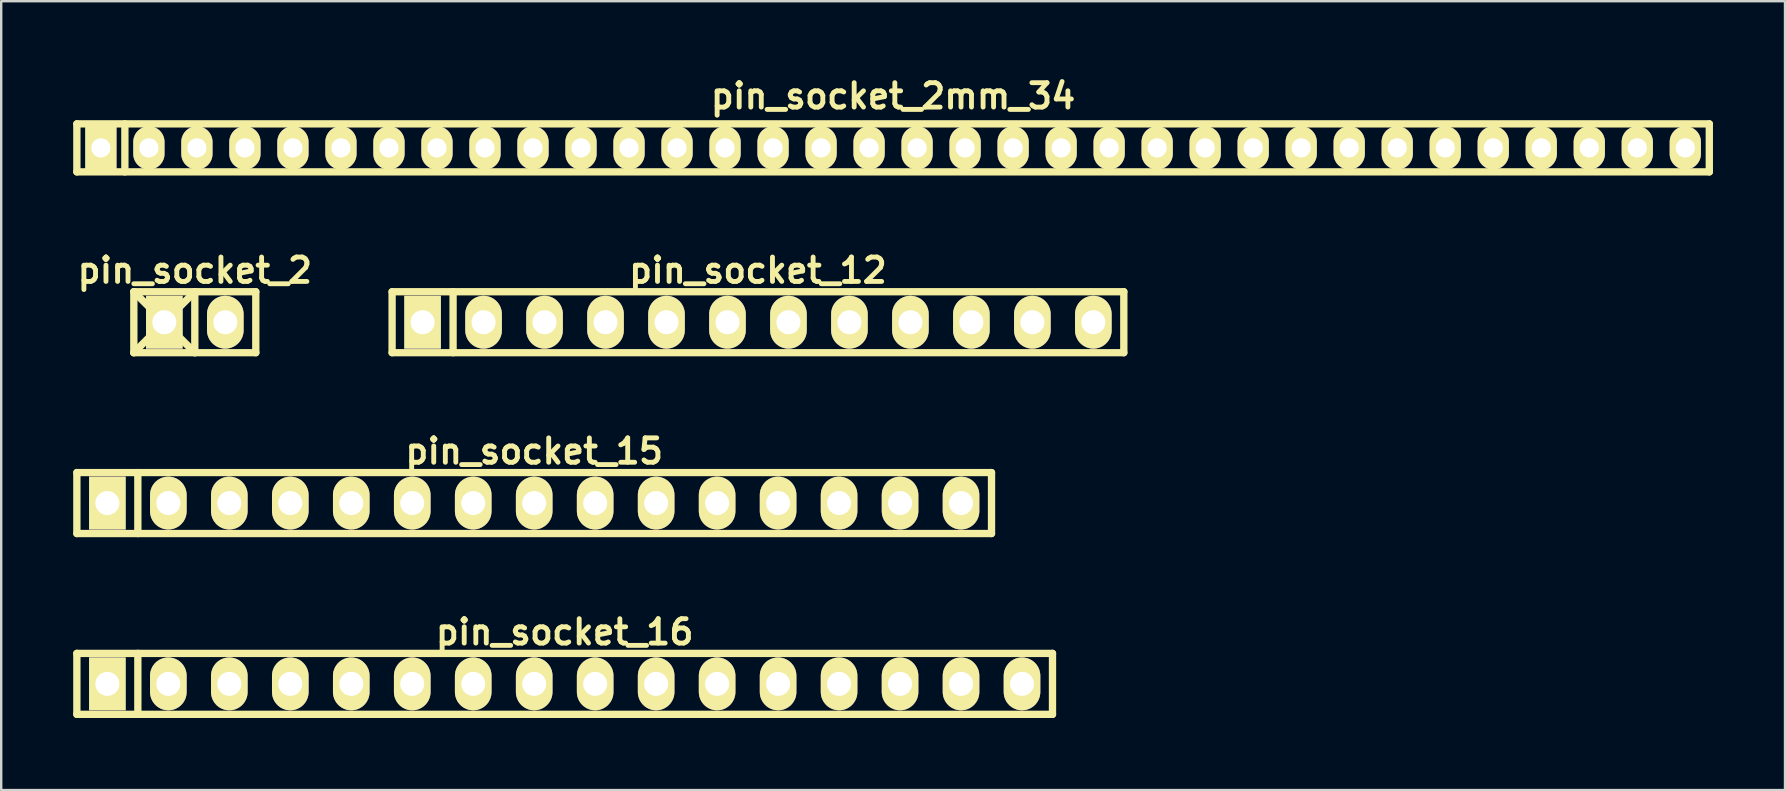
<source format=kicad_pcb>
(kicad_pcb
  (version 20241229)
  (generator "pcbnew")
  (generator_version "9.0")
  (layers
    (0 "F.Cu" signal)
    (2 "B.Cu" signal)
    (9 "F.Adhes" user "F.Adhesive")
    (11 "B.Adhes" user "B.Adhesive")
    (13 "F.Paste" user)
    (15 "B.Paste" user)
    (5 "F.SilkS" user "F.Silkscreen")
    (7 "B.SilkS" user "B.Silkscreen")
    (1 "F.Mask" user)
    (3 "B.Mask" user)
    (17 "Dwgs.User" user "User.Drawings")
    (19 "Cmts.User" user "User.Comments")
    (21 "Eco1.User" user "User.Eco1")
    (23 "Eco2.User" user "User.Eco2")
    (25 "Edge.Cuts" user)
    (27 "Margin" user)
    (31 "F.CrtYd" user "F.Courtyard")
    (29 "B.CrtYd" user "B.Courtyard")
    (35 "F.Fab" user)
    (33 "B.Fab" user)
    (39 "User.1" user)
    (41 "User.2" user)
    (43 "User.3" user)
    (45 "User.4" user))
  (footprint "pin_socket_16"
    (layer "F.Cu")
    (at 20.472 25.437)
    (property "Reference" "pin_socket_16" (at 0 -2.159 0) (layer "F.SilkS") (effects (font (size 1.016 1.016) (thickness 0.203))))
    (attr through_hole)
    (fp_line (start -20.32 -1.27) (end 20.32 -1.27) (stroke (width 0.305) (type solid)) (layer "F.SilkS"))
    (fp_line (start -20.32 1.27) (end -20.32 -1.27) (stroke (width 0.305) (type solid)) (layer "F.SilkS"))
    (fp_line (start -17.78 -1.27) (end -17.78 1.27) (stroke (width 0.305) (type solid)) (layer "F.SilkS"))
    (fp_line (start 20.32 -1.27) (end 20.32 1.27) (stroke (width 0.305) (type solid)) (layer "F.SilkS"))
    (fp_line (start 20.32 1.27) (end -20.32 1.27) (stroke (width 0.305) (type solid)) (layer "F.SilkS"))
    (pad "1" thru_hole rect (at -19.05 0) (size 1.524 2.2) (drill 1.001) (layers "*.Cu" "*.Mask" "F.SilkS"))
    (pad "2" thru_hole oval (at -16.51 0) (size 1.524 2.2) (drill 1.001) (layers "*.Cu" "*.Mask" "F.SilkS"))
    (pad "3" thru_hole oval (at -13.97 0) (size 1.524 2.2) (drill 1.001) (layers "*.Cu" "*.Mask" "F.SilkS"))
    (pad "4" thru_hole oval (at -11.43 0) (size 1.524 2.2) (drill 1.001) (layers "*.Cu" "*.Mask" "F.SilkS"))
    (pad "5" thru_hole oval (at -8.89 0) (size 1.524 2.2) (drill 1.001) (layers "*.Cu" "*.Mask" "F.SilkS"))
    (pad "6" thru_hole oval (at -6.35 0) (size 1.524 2.2) (drill 1.001) (layers "*.Cu" "*.Mask" "F.SilkS"))
    (pad "7" thru_hole oval (at -3.81 0) (size 1.524 2.2) (drill 1.001) (layers "*.Cu" "*.Mask" "F.SilkS"))
    (pad "8" thru_hole oval (at -1.27 0) (size 1.524 2.2) (drill 1.001) (layers "*.Cu" "*.Mask" "F.SilkS"))
    (pad "9" thru_hole oval (at 1.27 0) (size 1.524 2.2) (drill 1.001) (layers "*.Cu" "*.Mask" "F.SilkS"))
    (pad "10" thru_hole oval (at 3.81 0) (size 1.524 2.2) (drill 1.001) (layers "*.Cu" "*.Mask" "F.SilkS"))
    (pad "11" thru_hole oval (at 6.35 0) (size 1.524 2.2) (drill 1.001) (layers "*.Cu" "*.Mask" "F.SilkS"))
    (pad "12" thru_hole oval (at 8.89 0) (size 1.524 2.2) (drill 1.001) (layers "*.Cu" "*.Mask" "F.SilkS"))
    (pad "13" thru_hole oval (at 11.43 0) (size 1.524 2.2) (drill 1.001) (layers "*.Cu" "*.Mask" "F.SilkS"))
    (pad "14" thru_hole oval (at 13.97 0) (size 1.524 2.2) (drill 1.001) (layers "*.Cu" "*.Mask" "F.SilkS"))
    (pad "15" thru_hole oval (at 16.51 0) (size 1.524 2.2) (drill 1.001) (layers "*.Cu" "*.Mask" "F.SilkS"))
    (pad "16" thru_hole oval (at 19.05 0) (size 1.524 2.2) (drill 1.001) (layers "*.Cu" "*.Mask" "F.SilkS")))
  (footprint "pin_socket_2"
    (layer "F.Cu")
    (at 5.065 10.372)
    (property "Reference" "pin_socket_2" (at 0 -2.159 0) (layer "F.SilkS") (effects (font (size 1.016 1.016) (thickness 0.203))))
    (attr through_hole)
    (fp_line (start -2.54 -1.27) (end 2.54 -1.27) (stroke (width 0.305) (type solid)) (layer "F.SilkS"))
    (fp_line (start -2.54 1.27) (end -2.54 -1.27) (stroke (width 0.305) (type solid)) (layer "F.SilkS"))
    (fp_line (start -2.54 1.27) (end 0 -1.27) (stroke (width 0.305) (type solid)) (layer "F.SilkS"))
    (fp_line (start 0 -1.27) (end 0 1.27) (stroke (width 0.305) (type solid)) (layer "F.SilkS"))
    (fp_line (start 0 1.27) (end -2.54 -1.27) (stroke (width 0.305) (type solid)) (layer "F.SilkS"))
    (fp_line (start 2.54 -1.27) (end 2.54 1.27) (stroke (width 0.305) (type solid)) (layer "F.SilkS"))
    (fp_line (start 2.54 1.27) (end -2.54 1.27) (stroke (width 0.305) (type solid)) (layer "F.SilkS"))
    (pad "1" thru_hole rect (at -1.27 0) (size 1.524 2.2) (drill 1.001) (layers "*.Cu" "*.Mask" "F.SilkS"))
    (pad "2" thru_hole oval (at 1.27 0) (size 1.524 2.2) (drill 1.001) (layers "*.Cu" "*.Mask" "F.SilkS")))
  (footprint "pin_socket_15"
    (layer "F.Cu")
    (at 19.202 17.905)
    (property "Reference" "pin_socket_15" (at 0 -2.159 0) (layer "F.SilkS") (effects (font (size 1.016 1.016) (thickness 0.203))))
    (attr through_hole)
    (fp_line (start -19.05 -1.27) (end 19.05 -1.27) (stroke (width 0.305) (type solid)) (layer "F.SilkS"))
    (fp_line (start -19.05 1.27) (end -19.05 -1.27) (stroke (width 0.305) (type solid)) (layer "F.SilkS"))
    (fp_line (start -16.51 -1.27) (end -16.51 1.27) (stroke (width 0.305) (type solid)) (layer "F.SilkS"))
    (fp_line (start 19.05 -1.27) (end 19.05 1.27) (stroke (width 0.305) (type solid)) (layer "F.SilkS"))
    (fp_line (start 19.05 1.27) (end -19.05 1.27) (stroke (width 0.305) (type solid)) (layer "F.SilkS"))
    (pad "1" thru_hole rect (at -17.78 0) (size 1.524 2.2) (drill 1.001) (layers "*.Cu" "*.Mask" "F.SilkS"))
    (pad "2" thru_hole oval (at -15.24 0) (size 1.524 2.2) (drill 1.001) (layers "*.Cu" "*.Mask" "F.SilkS"))
    (pad "3" thru_hole oval (at -12.7 0) (size 1.524 2.2) (drill 1.001) (layers "*.Cu" "*.Mask" "F.SilkS"))
    (pad "4" thru_hole oval (at -10.16 0) (size 1.524 2.2) (drill 1.001) (layers "*.Cu" "*.Mask" "F.SilkS"))
    (pad "5" thru_hole oval (at -7.62 0) (size 1.524 2.2) (drill 1.001) (layers "*.Cu" "*.Mask" "F.SilkS"))
    (pad "6" thru_hole oval (at -5.08 0) (size 1.524 2.2) (drill 1.001) (layers "*.Cu" "*.Mask" "F.SilkS"))
    (pad "7" thru_hole oval (at -2.54 0) (size 1.524 2.2) (drill 1.001) (layers "*.Cu" "*.Mask" "F.SilkS"))
    (pad "8" thru_hole oval (at 0 0) (size 1.524 2.2) (drill 1.001) (layers "*.Cu" "*.Mask" "F.SilkS"))
    (pad "9" thru_hole oval (at 2.54 0) (size 1.524 2.2) (drill 1.001) (layers "*.Cu" "*.Mask" "F.SilkS"))
    (pad "10" thru_hole oval (at 5.08 0) (size 1.524 2.2) (drill 1.001) (layers "*.Cu" "*.Mask" "F.SilkS"))
    (pad "11" thru_hole oval (at 7.62 0) (size 1.524 2.2) (drill 1.001) (layers "*.Cu" "*.Mask" "F.SilkS"))
    (pad "12" thru_hole oval (at 10.16 0) (size 1.524 2.2) (drill 1.001) (layers "*.Cu" "*.Mask" "F.SilkS"))
    (pad "13" thru_hole oval (at 12.7 0) (size 1.524 2.2) (drill 1.001) (layers "*.Cu" "*.Mask" "F.SilkS"))
    (pad "14" thru_hole oval (at 15.24 0) (size 1.524 2.2) (drill 1.001) (layers "*.Cu" "*.Mask" "F.SilkS"))
    (pad "15" thru_hole oval (at 17.78 0) (size 1.524 2.2) (drill 1.001) (layers "*.Cu" "*.Mask" "F.SilkS")))
  (footprint "pin_socket_12"
    (layer "F.Cu")
    (at 28.523 10.372)
    (property "Reference" "pin_socket_12" (at 0 -2.159 0) (layer "F.SilkS") (effects (font (size 1.016 1.016) (thickness 0.203))))
    (attr through_hole)
    (fp_line (start -15.24 -1.27) (end 15.24 -1.27) (stroke (width 0.305) (type solid)) (layer "F.SilkS"))
    (fp_line (start -15.24 1.27) (end -15.24 -1.27) (stroke (width 0.305) (type solid)) (layer "F.SilkS"))
    (fp_line (start -12.7 -1.27) (end -12.7 1.27) (stroke (width 0.305) (type solid)) (layer "F.SilkS"))
    (fp_line (start 15.24 -1.27) (end 15.24 1.27) (stroke (width 0.305) (type solid)) (layer "F.SilkS"))
    (fp_line (start 15.24 1.27) (end -15.24 1.27) (stroke (width 0.305) (type solid)) (layer "F.SilkS"))
    (pad "1" thru_hole rect (at -13.97 0) (size 1.524 2.2) (drill 1.001) (layers "*.Cu" "*.Mask" "F.SilkS"))
    (pad "2" thru_hole oval (at -11.43 0) (size 1.524 2.2) (drill 1.001) (layers "*.Cu" "*.Mask" "F.SilkS"))
    (pad "3" thru_hole oval (at -8.89 0) (size 1.524 2.2) (drill 1.001) (layers "*.Cu" "*.Mask" "F.SilkS"))
    (pad "4" thru_hole oval (at -6.35 0) (size 1.524 2.2) (drill 1.001) (layers "*.Cu" "*.Mask" "F.SilkS"))
    (pad "5" thru_hole oval (at -3.81 0) (size 1.524 2.2) (drill 1.001) (layers "*.Cu" "*.Mask" "F.SilkS"))
    (pad "6" thru_hole oval (at -1.27 0) (size 1.524 2.2) (drill 1.001) (layers "*.Cu" "*.Mask" "F.SilkS"))
    (pad "7" thru_hole oval (at 1.27 0) (size 1.524 2.2) (drill 1.001) (layers "*.Cu" "*.Mask" "F.SilkS"))
    (pad "8" thru_hole oval (at 3.81 0) (size 1.524 2.2) (drill 1.001) (layers "*.Cu" "*.Mask" "F.SilkS"))
    (pad "9" thru_hole oval (at 6.35 0) (size 1.524 2.2) (drill 1.001) (layers "*.Cu" "*.Mask" "F.SilkS"))
    (pad "10" thru_hole oval (at 8.89 0) (size 1.524 2.2) (drill 1.001) (layers "*.Cu" "*.Mask" "F.SilkS"))
    (pad "11" thru_hole oval (at 11.43 0) (size 1.524 2.2) (drill 1.001) (layers "*.Cu" "*.Mask" "F.SilkS"))
    (pad "12" thru_hole oval (at 13.97 0) (size 1.524 2.2) (drill 1.001) (layers "*.Cu" "*.Mask" "F.SilkS")))
  (footprint "pin_socket_2mm_34"
    (layer "F.Cu")
    (at 34.152 3.11)
    (property "Reference" "pin_socket_2mm_34" (at 0 -2.159 0) (layer "F.SilkS") (effects (font (size 1.016 1.016) (thickness 0.203))))
    (attr through_hole)
    (fp_line (start -34 -1) (end 34 -1) (stroke (width 0.305) (type solid)) (layer "F.SilkS"))
    (fp_line (start -34 1) (end -34 -1) (stroke (width 0.305) (type solid)) (layer "F.SilkS"))
    (fp_line (start -32 -1) (end -32 1) (stroke (width 0.305) (type solid)) (layer "F.SilkS"))
    (fp_line (start 34 -1) (end 34 1) (stroke (width 0.305) (type solid)) (layer "F.SilkS"))
    (fp_line (start 34 1) (end -34 1) (stroke (width 0.305) (type solid)) (layer "F.SilkS"))
    (pad "1" thru_hole rect (at -33 0) (size 1.3 1.8) (drill 0.8) (layers "*.Cu" "*.Mask" "F.SilkS"))
    (pad "2" thru_hole oval (at -31 0) (size 1.3 1.8) (drill 0.8) (layers "*.Cu" "*.Mask" "F.SilkS"))
    (pad "3" thru_hole oval (at -29 0) (size 1.3 1.8) (drill 0.8) (layers "*.Cu" "*.Mask" "F.SilkS"))
    (pad "4" thru_hole oval (at -27 0) (size 1.3 1.8) (drill 0.8) (layers "*.Cu" "*.Mask" "F.SilkS"))
    (pad "5" thru_hole oval (at -25 0) (size 1.3 1.8) (drill 0.8) (layers "*.Cu" "*.Mask" "F.SilkS"))
    (pad "6" thru_hole oval (at -23 0) (size 1.3 1.8) (drill 0.8) (layers "*.Cu" "*.Mask" "F.SilkS"))
    (pad "7" thru_hole oval (at -21 0) (size 1.3 1.8) (drill 0.8) (layers "*.Cu" "*.Mask" "F.SilkS"))
    (pad "8" thru_hole oval (at -19 0) (size 1.3 1.8) (drill 0.8) (layers "*.Cu" "*.Mask" "F.SilkS"))
    (pad "9" thru_hole oval (at -17 0) (size 1.3 1.8) (drill 0.8) (layers "*.Cu" "*.Mask" "F.SilkS"))
    (pad "10" thru_hole oval (at -15 0) (size 1.3 1.8) (drill 0.8) (layers "*.Cu" "*.Mask" "F.SilkS"))
    (pad "11" thru_hole oval (at -13 0) (size 1.3 1.8) (drill 0.8) (layers "*.Cu" "*.Mask" "F.SilkS"))
    (pad "12" thru_hole oval (at -11 0) (size 1.3 1.8) (drill 0.8) (layers "*.Cu" "*.Mask" "F.SilkS"))
    (pad "13" thru_hole oval (at -9 0) (size 1.3 1.8) (drill 0.8) (layers "*.Cu" "*.Mask" "F.SilkS"))
    (pad "14" thru_hole oval (at -7 0) (size 1.3 1.8) (drill 0.8) (layers "*.Cu" "*.Mask" "F.SilkS"))
    (pad "15" thru_hole oval (at -5 0) (size 1.3 1.8) (drill 0.8) (layers "*.Cu" "*.Mask" "F.SilkS"))
    (pad "16" thru_hole oval (at -3 0) (size 1.3 1.8) (drill 0.8) (layers "*.Cu" "*.Mask" "F.SilkS"))
    (pad "17" thru_hole oval (at -1 0) (size 1.3 1.8) (drill 0.8) (layers "*.Cu" "*.Mask" "F.SilkS"))
    (pad "18" thru_hole oval (at 1 0) (size 1.3 1.8) (drill 0.8) (layers "*.Cu" "*.Mask" "F.SilkS"))
    (pad "19" thru_hole oval (at 3 0) (size 1.3 1.8) (drill 0.8) (layers "*.Cu" "*.Mask" "F.SilkS"))
    (pad "20" thru_hole oval (at 5 0) (size 1.3 1.8) (drill 0.8) (layers "*.Cu" "*.Mask" "F.SilkS"))
    (pad "21" thru_hole oval (at 7 0) (size 1.3 1.8) (drill 0.8) (layers "*.Cu" "*.Mask" "F.SilkS"))
    (pad "22" thru_hole oval (at 9 0) (size 1.3 1.8) (drill 0.8) (layers "*.Cu" "*.Mask" "F.SilkS"))
    (pad "23" thru_hole oval (at 11 0) (size 1.3 1.8) (drill 0.8) (layers "*.Cu" "*.Mask" "F.SilkS"))
    (pad "24" thru_hole oval (at 13 0) (size 1.3 1.8) (drill 0.8) (layers "*.Cu" "*.Mask" "F.SilkS"))
    (pad "25" thru_hole oval (at 15 0) (size 1.3 1.8) (drill 0.8) (layers "*.Cu" "*.Mask" "F.SilkS"))
    (pad "26" thru_hole oval (at 17 0) (size 1.3 1.8) (drill 0.8) (layers "*.Cu" "*.Mask" "F.SilkS"))
    (pad "27" thru_hole oval (at 19 0) (size 1.3 1.8) (drill 0.8) (layers "*.Cu" "*.Mask" "F.SilkS"))
    (pad "28" thru_hole oval (at 21 0) (size 1.3 1.8) (drill 0.8) (layers "*.Cu" "*.Mask" "F.SilkS"))
    (pad "29" thru_hole oval (at 23 0) (size 1.3 1.8) (drill 0.8) (layers "*.Cu" "*.Mask" "F.SilkS"))
    (pad "30" thru_hole oval (at 25 0) (size 1.3 1.8) (drill 0.8) (layers "*.Cu" "*.Mask" "F.SilkS"))
    (pad "31" thru_hole oval (at 27 0) (size 1.3 1.8) (drill 0.8) (layers "*.Cu" "*.Mask" "F.SilkS"))
    (pad "32" thru_hole oval (at 29 0) (size 1.3 1.8) (drill 0.8) (layers "*.Cu" "*.Mask" "F.SilkS"))
    (pad "33" thru_hole oval (at 31 0) (size 1.3 1.8) (drill 0.8) (layers "*.Cu" "*.Mask" "F.SilkS"))
    (pad "34" thru_hole oval (at 33 0) (size 1.3 1.8) (drill 0.8) (layers "*.Cu" "*.Mask" "F.SilkS")))
  (gr_rect
    (start -3 -3)
    (end 71.305 29.86)
    (stroke (width 0.1) (type default))
    (fill no)
    (layer "Edge.Cuts")))
</source>
